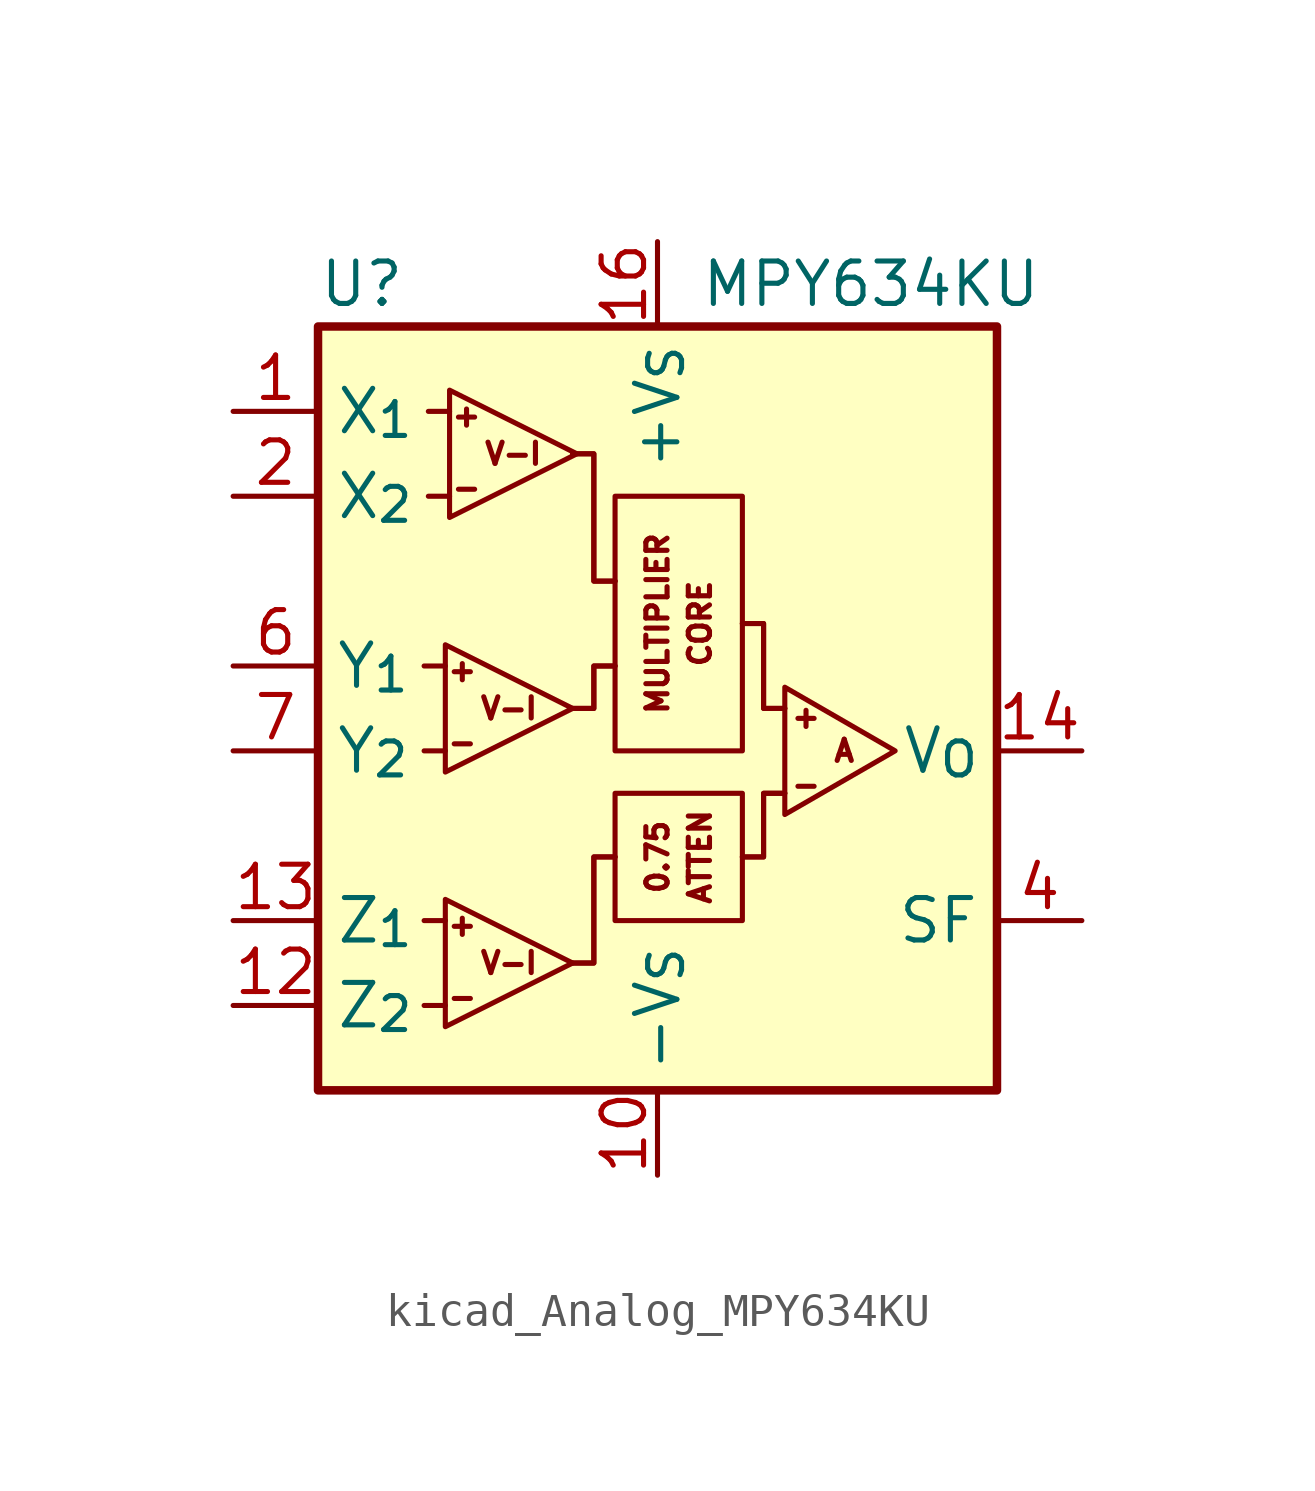
<source format=kicad_sym>
(kicad_symbol_lib
  (version 20220914)
  (generator kicad_symbol_editor)
  (symbol "kicad_Analog_MPY634KU"
    (property "Reference" "U"
      (at -10.16 13.97 0)
      (effects (font (size 1.27 1.27)) (justify left)))
    (property "Value" "MPY634KU"
      (at 1.27 13.97 0)
      (effects (font (size 1.27 1.27)) (justify left)))
    (symbol "kicad_Analog_MPY634KU_0_0"
      (polyline (pts (xy -1.27 -3.175) (xy -1.905 -3.175) (xy -1.905 -6.35) (xy -2.54 -6.35)) (stroke (width 0) (type default)) (fill (type none)))
      (polyline (pts (xy -1.27 -3.175) (xy -1.905 -3.175) (xy -1.905 -6.35) (xy -2.54 -6.35)) (stroke (width 0) (type default)) (fill (type none)))
      (polyline (pts (xy -1.27 2.54) (xy -1.905 2.54) (xy -1.905 1.27) (xy -2.54 1.27)) (stroke (width 0) (type default)) (fill (type none)))
      (polyline (pts (xy -1.27 2.54) (xy -1.905 2.54) (xy -1.905 1.27) (xy -2.54 1.27)) (stroke (width 0) (type default)) (fill (type none)))
      (polyline (pts (xy -1.27 5.08) (xy -1.905 5.08) (xy -1.905 8.89) (xy -2.54 8.89)) (stroke (width 0) (type default)) (fill (type none)))
      (polyline (pts (xy -1.27 5.08) (xy -1.905 5.08) (xy -1.905 8.89) (xy -2.54 8.89)) (stroke (width 0) (type default)) (fill (type none)))
      (polyline (pts (xy 3.81 -1.27) (xy 3.175 -1.27) (xy 3.175 -3.175) (xy 2.54 -3.175)) (stroke (width 0) (type default)) (fill (type none)))
      (polyline (pts (xy 3.81 -1.27) (xy 3.175 -1.27) (xy 3.175 -3.175) (xy 2.54 -3.175)) (stroke (width 0) (type default)) (fill (type none)))
      (polyline (pts (xy 3.81 1.27) (xy 3.175 1.27) (xy 3.175 3.81) (xy 2.54 3.81)) (stroke (width 0) (type default)) (fill (type none)))
      (polyline (pts (xy 3.81 1.27) (xy 3.175 1.27) (xy 3.175 3.81) (xy 2.54 3.81)) (stroke (width 0) (type default)) (fill (type none)))
      (text "+" (at -5.842 -5.207 0) (effects (font (size 0.635 0.635))))
      (text "+" (at -5.842 2.413 0) (effects (font (size 0.635 0.635))))
      (text "+" (at -5.715 10.033 0) (effects (font (size 0.635 0.635))))
      (text "+" (at 4.445 1.016 0) (effects (font (size 0.635 0.635))))
      (text "-" (at -5.842 -7.366 0) (effects (font (size 0.635 0.635))))
      (text "-" (at -5.842 0.254 0) (effects (font (size 0.635 0.635))))
      (text "-" (at -5.715 7.874 0) (effects (font (size 0.635 0.635))))
      (text "-" (at 4.445 -1.016 0) (effects (font (size 0.635 0.635))))
      (text "A" (at 5.588 0 0) (effects (font (size 0.635 0.635))))
      (text "V-I" (at -4.445 -6.35 0) (effects (font (size 0.635 0.635))))
      (text "V-I" (at -4.445 1.27 0) (effects (font (size 0.635 0.635))))
      (text "V-I" (at -4.318 8.89 0) (effects (font (size 0.635 0.635)))))
    (symbol "kicad_Analog_MPY634KU_0_1"
      (rectangle (start -10.16 12.7) (end 10.16 -10.16) (stroke (width 0.254) (type default)) (fill (type background)))
      (rectangle (start -1.27 -1.27) (end 2.54 -5.08) (stroke (width 0) (type default)) (fill (type none)))
      (rectangle (start -1.27 7.62) (end 2.54 0) (stroke (width 0) (type default)) (fill (type none)))
      (polyline (pts (xy -6.985 -7.62) (xy -6.35 -7.62)) (stroke (width 0) (type default)) (fill (type none)))
      (polyline (pts (xy -6.985 -5.08) (xy -6.35 -5.08)) (stroke (width 0) (type default)) (fill (type none)))
      (polyline (pts (xy -6.985 0) (xy -6.35 0)) (stroke (width 0) (type default)) (fill (type none)))
      (polyline (pts (xy -6.985 2.54) (xy -6.35 2.54)) (stroke (width 0) (type default)) (fill (type none)))
      (polyline (pts (xy -6.858 7.62) (xy -6.223 7.62)) (stroke (width 0) (type default)) (fill (type none)))
      (polyline (pts (xy -6.858 10.16) (xy -6.223 10.16)) (stroke (width 0) (type default)) (fill (type none)))
      (polyline (pts (xy -6.35 -4.445) (xy -6.35 -8.255) (xy -2.54 -6.35) (xy -6.35 -4.445)) (stroke (width 0) (type default)) (fill (type none)))
      (polyline (pts (xy -6.35 3.175) (xy -6.35 -0.635) (xy -2.54 1.27) (xy -6.35 3.175)) (stroke (width 0) (type default)) (fill (type none)))
      (polyline (pts (xy -6.223 10.795) (xy -6.223 6.985) (xy -2.413 8.89) (xy -6.223 10.795)) (stroke (width 0) (type default)) (fill (type none)))
      (polyline (pts (xy 3.81 1.905) (xy 3.81 -1.905) (xy 7.112 0) (xy 3.81 1.905)) (stroke (width 0) (type default)) (fill (type none))))
    (symbol "kicad_Analog_MPY634KU_1_0"
      (text "0.75" (at 0 -3.175 900) (effects (font (size 0.635 0.635))))
      (text "ATTEN" (at 1.27 -3.175 900) (effects (font (size 0.635 0.635))))
      (text "CORE" (at 1.27 3.81 900) (effects (font (size 0.635 0.635))))
      (text "MULTIPLIER" (at 0 3.81 900) (effects (font (size 0.635 0.635)))))
    (symbol "kicad_Analog_MPY634KU_1_1"
      (pin input line (at -12.7 10.16 0) (length 2.54) (name "X_{1}" (effects (font (size 1.27 1.27)))) (number "1" (effects (font (size 1.27 1.27)))))
      (pin power_in line (at 0 -12.7 90) (length 2.54) (name "-V_{S}" (effects (font (size 1.27 1.27)))) (number "10" (effects (font (size 1.27 1.27)))))
      (pin no_connect line (at 10.16 -2.54 180) (length 2.54) hide (name "NC" (effects (font (size 1.27 1.27)))) (number "11" (effects (font (size 1.27 1.27)))))
      (pin input line (at -12.7 -7.62 0) (length 2.54) (name "Z_{2}" (effects (font (size 1.27 1.27)))) (number "12" (effects (font (size 1.27 1.27)))))
      (pin input line (at -12.7 -5.08 0) (length 2.54) (name "Z_{1}" (effects (font (size 1.27 1.27)))) (number "13" (effects (font (size 1.27 1.27)))))
      (pin output line (at 12.7 0 180) (length 2.54) (name "V_{O}" (effects (font (size 1.27 1.27)))) (number "14" (effects (font (size 1.27 1.27)))))
      (pin no_connect line (at 10.16 -7.62 180) (length 2.54) hide (name "NC" (effects (font (size 1.27 1.27)))) (number "15" (effects (font (size 1.27 1.27)))))
      (pin power_in line (at 0 15.24 270) (length 2.54) (name "+V_{S}" (effects (font (size 1.27 1.27)))) (number "16" (effects (font (size 1.27 1.27)))))
      (pin input line (at -12.7 7.62 0) (length 2.54) (name "X_{2}" (effects (font (size 1.27 1.27)))) (number "2" (effects (font (size 1.27 1.27)))))
      (pin no_connect line (at 10.16 10.16 180) (length 2.54) hide (name "NC" (effects (font (size 1.27 1.27)))) (number "3" (effects (font (size 1.27 1.27)))))
      (pin passive line (at 12.7 -5.08 180) (length 2.54) (name "SF" (effects (font (size 1.27 1.27)))) (number "4" (effects (font (size 1.27 1.27)))))
      (pin no_connect line (at 10.16 7.62 180) (length 2.54) hide (name "NC" (effects (font (size 1.27 1.27)))) (number "5" (effects (font (size 1.27 1.27)))))
      (pin input line (at -12.7 2.54 0) (length 2.54) (name "Y_{1}" (effects (font (size 1.27 1.27)))) (number "6" (effects (font (size 1.27 1.27)))))
      (pin input line (at -12.7 0 0) (length 2.54) (name "Y_{2}" (effects (font (size 1.27 1.27)))) (number "7" (effects (font (size 1.27 1.27)))))
      (pin no_connect line (at 10.16 5.08 180) (length 2.54) hide (name "NC" (effects (font (size 1.27 1.27)))) (number "8" (effects (font (size 1.27 1.27)))))
      (pin no_connect line (at 10.16 2.54 180) (length 2.54) hide (name "NC" (effects (font (size 1.27 1.27)))) (number "9" (effects (font (size 1.27 1.27))))))))
</source>
